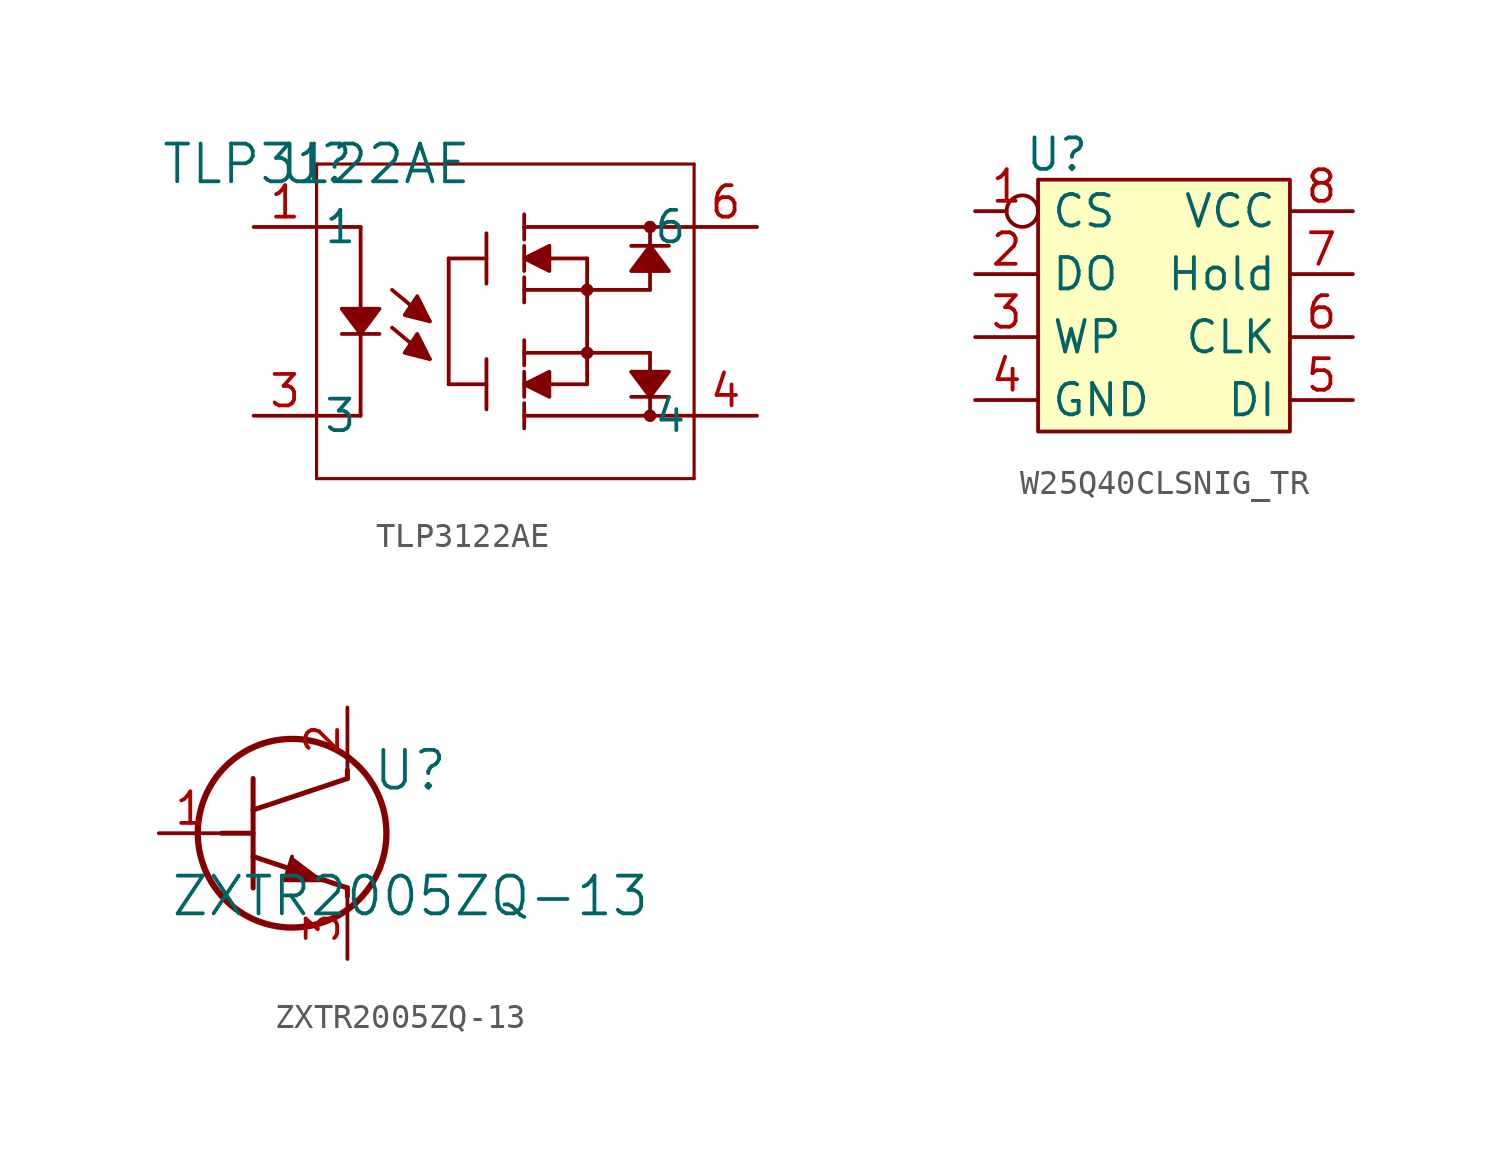
<source format=kicad_sym>
(kicad_symbol_lib
  (version 20231120)
  (generator "kicad_symbol_editor")
  (generator_version "8.0")
  (symbol "TLP3122AE"
    (pin_names
      (offset 0.254))
    (property "Reference" "U"
      (at 0 0 0)
      (effects (font (size 1.524 1.524))))
    (property "Value" "TLP3122AE"
      (at 0 0 0)
      (effects (font (size 1.524 1.524))))
    (symbol "TLP3122AE_0_1"
      (polyline (pts (xy 0 -12.7) (xy 0 0)) (stroke (width 0.127) (type default)) (fill (type none)))
      (polyline (pts (xy 0 0) (xy 15.24 0)) (stroke (width 0.127) (type default)) (fill (type none)))
      (polyline (pts (xy 1.016 -6.858) (xy 2.54 -6.858)) (stroke (width 0) (type default)) (fill (type none)))
      (polyline (pts (xy 1.778 -10.16) (xy 0 -10.16)) (stroke (width 0) (type default)) (fill (type none)))
      (polyline (pts (xy 1.778 -10.16) (xy 1.778 -6.858)) (stroke (width 0) (type default)) (fill (type none)))
      (polyline (pts (xy 1.778 -2.54) (xy 0 -2.54)) (stroke (width 0) (type default)) (fill (type none)))
      (polyline (pts (xy 1.778 -2.54) (xy 1.778 -5.842)) (stroke (width 0) (type default)) (fill (type none)))
      (polyline (pts (xy 4.572 -7.874) (xy 3.048 -6.604)) (stroke (width 0) (type default)) (fill (type none)))
      (polyline (pts (xy 4.572 -6.35) (xy 3.048 -5.08)) (stroke (width 0) (type default)) (fill (type none)))
      (polyline (pts (xy 5.334 -3.81) (xy 5.334 -8.89)) (stroke (width 0) (type default)) (fill (type none)))
      (polyline (pts (xy 6.858 -8.89) (xy 5.334 -8.89)) (stroke (width 0) (type default)) (fill (type none)))
      (polyline (pts (xy 6.858 -7.874) (xy 6.858 -9.906)) (stroke (width 0) (type default)) (fill (type none)))
      (polyline (pts (xy 6.858 -3.81) (xy 5.334 -3.81)) (stroke (width 0) (type default)) (fill (type none)))
      (polyline (pts (xy 6.858 -2.794) (xy 6.858 -4.826)) (stroke (width 0) (type default)) (fill (type none)))
      (polyline (pts (xy 8.382 -10.16) (xy 15.24 -10.16)) (stroke (width 0) (type default)) (fill (type none)))
      (polyline (pts (xy 8.382 -9.652) (xy 8.382 -10.668)) (stroke (width 0) (type default)) (fill (type none)))
      (polyline (pts (xy 8.382 -8.382) (xy 8.382 -9.398)) (stroke (width 0) (type default)) (fill (type none)))
      (polyline (pts (xy 8.382 -7.62) (xy 13.462 -7.62)) (stroke (width 0) (type default)) (fill (type none)))
      (polyline (pts (xy 8.382 -7.112) (xy 8.382 -8.128)) (stroke (width 0) (type default)) (fill (type none)))
      (polyline (pts (xy 8.382 -5.08) (xy 13.462 -5.08)) (stroke (width 0) (type default)) (fill (type none)))
      (polyline (pts (xy 8.382 -4.572) (xy 8.382 -5.588)) (stroke (width 0) (type default)) (fill (type none)))
      (polyline (pts (xy 8.382 -3.302) (xy 8.382 -4.318)) (stroke (width 0) (type default)) (fill (type none)))
      (polyline (pts (xy 8.382 -2.54) (xy 15.24 -2.54)) (stroke (width 0) (type default)) (fill (type none)))
      (polyline (pts (xy 8.382 -2.032) (xy 8.382 -3.048)) (stroke (width 0) (type default)) (fill (type none)))
      (polyline (pts (xy 9.398 -8.89) (xy 10.922 -8.89)) (stroke (width 0) (type default)) (fill (type none)))
      (polyline (pts (xy 9.398 -3.81) (xy 10.922 -3.81)) (stroke (width 0) (type default)) (fill (type none)))
      (polyline (pts (xy 10.922 -3.81) (xy 10.922 -8.89)) (stroke (width 0) (type default)) (fill (type none)))
      (polyline (pts (xy 12.7 -9.398) (xy 14.224 -9.398)) (stroke (width 0) (type default)) (fill (type none)))
      (polyline (pts (xy 12.7 -3.302) (xy 14.224 -3.302)) (stroke (width 0) (type default)) (fill (type none)))
      (polyline (pts (xy 13.462 -9.398) (xy 13.462 -10.16)) (stroke (width 0) (type default)) (fill (type none)))
      (polyline (pts (xy 13.462 -7.62) (xy 13.462 -8.382)) (stroke (width 0) (type default)) (fill (type none)))
      (polyline (pts (xy 13.462 -4.318) (xy 13.462 -5.08)) (stroke (width 0) (type default)) (fill (type none)))
      (polyline (pts (xy 13.462 -2.54) (xy 13.462 -3.302)) (stroke (width 0) (type default)) (fill (type none)))
      (polyline (pts (xy 15.24 -12.7) (xy 0 -12.7)) (stroke (width 0.127) (type default)) (fill (type none)))
      (polyline (pts (xy 15.24 0) (xy 15.24 -12.7)) (stroke (width 0.127) (type default)) (fill (type none)))
      (polyline (pts (xy 1.016 -5.842) (xy 1.016 -5.842) (xy 2.54 -5.842) (xy 1.778 -6.858) (xy 1.016 -5.842)) (stroke (width 0) (type default)) (fill (type outline)))
      (polyline (pts (xy 4.572 -7.874) (xy 4.572 -7.874) (xy 4.064 -6.858) (xy 3.556 -7.62) (xy 4.572 -7.874)) (stroke (width 0) (type default)) (fill (type outline)))
      (polyline (pts (xy 4.572 -6.35) (xy 4.572 -6.35) (xy 4.064 -5.334) (xy 3.556 -6.096) (xy 4.572 -6.35)) (stroke (width 0) (type default)) (fill (type outline)))
      (polyline (pts (xy 8.382 -8.89) (xy 8.382 -8.89) (xy 9.398 -8.382) (xy 9.398 -9.398) (xy 8.382 -8.89)) (stroke (width 0) (type default)) (fill (type outline)))
      (polyline (pts (xy 8.382 -3.81) (xy 8.382 -3.81) (xy 9.398 -3.302) (xy 9.398 -4.318) (xy 8.382 -3.81)) (stroke (width 0) (type default)) (fill (type outline)))
      (polyline (pts (xy 12.7 -8.382) (xy 12.7 -8.382) (xy 14.224 -8.382) (xy 13.462 -9.398) (xy 12.7 -8.382)) (stroke (width 0) (type default)) (fill (type outline)))
      (polyline (pts (xy 13.462 -3.302) (xy 13.462 -3.302) (xy 12.7 -4.318) (xy 14.224 -4.318) (xy 13.462 -3.302)) (stroke (width 0) (type default)) (fill (type outline)))
      (circle (center 10.922 -7.62) (radius 0.127) (stroke (width 0.254) (type default)) (fill (type none)))
      (circle (center 10.922 -5.08) (radius 0.127) (stroke (width 0.254) (type default)) (fill (type none)))
      (circle (center 13.462 -10.16) (radius 0.127) (stroke (width 0.254) (type default)) (fill (type none)))
      (circle (center 13.462 -2.54) (radius 0.127) (stroke (width 0.254) (type default)) (fill (type none))))
    (symbol "TLP3122AE_1_1"
      (pin power_in line (at -2.54 -2.54 0) (length 2.54) (name "1" (effects (font (size 1.27 1.27)))) (number "1" (effects (font (size 1.27 1.27)))))
      (pin output line (at -2.54 -10.16 0) (length 2.54) (name "3" (effects (font (size 1.27 1.27)))) (number "3" (effects (font (size 1.27 1.27)))))
      (pin bidirectional line (at 17.78 -10.16 180) (length 2.54) (name "4" (effects (font (size 1.27 1.27)))) (number "4" (effects (font (size 1.27 1.27)))))
      (pin bidirectional line (at 17.78 -2.54 180) (length 2.54) (name "6" (effects (font (size 1.27 1.27)))) (number "6" (effects (font (size 1.27 1.27)))))))
  (symbol "W25Q40CLSNIG_TR"
    (property "Reference" "U"
      (at 0.762 1.016 0)
      (effects (font (size 1.27 1.27))))
    (property "Value" ""
      (at 0 0 0)
      (effects (font (size 1.27 1.27))))
    (symbol "W25Q40CLSNIG_TR_1_1"
      (rectangle (start 0 0) (end 10.16 -10.16) (stroke (width 0) (type default)) (fill (type background)))
      (pin input inverted (at -2.54 -1.27 0) (length 2.54) (name "CS" (effects (font (size 1.27 1.27)))) (number "1" (effects (font (size 1.27 1.27)))))
      (pin input line (at -2.54 -3.81 0) (length 2.54) (name "DO" (effects (font (size 1.27 1.27)))) (number "2" (effects (font (size 1.27 1.27)))))
      (pin input line (at -2.54 -6.35 0) (length 2.54) (name "WP" (effects (font (size 1.27 1.27)))) (number "3" (effects (font (size 1.27 1.27)))))
      (pin power_in line (at -2.54 -8.89 0) (length 2.54) (name "GND" (effects (font (size 1.27 1.27)))) (number "4" (effects (font (size 1.27 1.27)))))
      (pin input line (at 12.7 -8.89 180) (length 2.54) (name "DI" (effects (font (size 1.27 1.27)))) (number "5" (effects (font (size 1.27 1.27)))))
      (pin input line (at 12.7 -6.35 180) (length 2.54) (name "CLK" (effects (font (size 1.27 1.27)))) (number "6" (effects (font (size 1.27 1.27)))))
      (pin input line (at 12.7 -3.81 180) (length 2.54) (name "Hold" (effects (font (size 1.27 1.27)))) (number "7" (effects (font (size 1.27 1.27)))))
      (pin power_in line (at 12.7 -1.27 180) (length 2.54) (name "VCC" (effects (font (size 1.27 1.27)))) (number "8" (effects (font (size 1.27 1.27)))))))
  (symbol "ZXTR2005ZQ-13"
    (pin_names
      (offset 0.254))
    (property "Reference" "U"
      (at 10.16 2.54 0)
      (effects (font (size 1.524 1.524))))
    (property "Value" "ZXTR2005ZQ-13"
      (at 10.16 -2.54 0)
      (effects (font (size 1.524 1.524))))
    (symbol "ZXTR2005ZQ-13_1_1"
      (polyline (pts (xy 2.54 0) (xy 3.81 0)) (stroke (width 0.203) (type default)) (fill (type none)))
      (polyline (pts (xy 3.81 -2.21) (xy 3.81 2.21)) (stroke (width 0.203) (type default)) (fill (type none)))
      (polyline (pts (xy 3.81 -0.94) (xy 7.62 -2.21)) (stroke (width 0.203) (type default)) (fill (type none)))
      (polyline (pts (xy 3.81 0.94) (xy 7.62 2.21)) (stroke (width 0.203) (type default)) (fill (type none)))
      (polyline (pts (xy 7.62 -2.54) (xy 7.62 -2.21)) (stroke (width 0.203) (type default)) (fill (type none)))
      (polyline (pts (xy 7.62 2.21) (xy 7.62 2.54)) (stroke (width 0.203) (type default)) (fill (type none)))
      (polyline (pts (xy 5.385 -0.94) (xy 5.08 -1.905) (xy 6.655 -1.905)) (stroke (width 0) (type default)) (fill (type outline)))
      (circle (center 5.385 0) (radius 3.81) (stroke (width 0.254) (type default)) (fill (type none)))
      (pin unspecified line (at 0 0 0) (length 2.54) (name "" (effects (font (size 1.27 1.27)))) (number "1" (effects (font (size 1.27 1.27)))))
      (pin unspecified line (at 7.62 5.08 270) (length 2.54) (name "" (effects (font (size 1.27 1.27)))) (number "2" (effects (font (size 1.27 1.27)))))
      (pin unspecified line (at 7.62 -5.08 90) (length 2.54) (name "" (effects (font (size 1.27 1.27)))) (number "3" (effects (font (size 1.27 1.27))))))))
</source>
